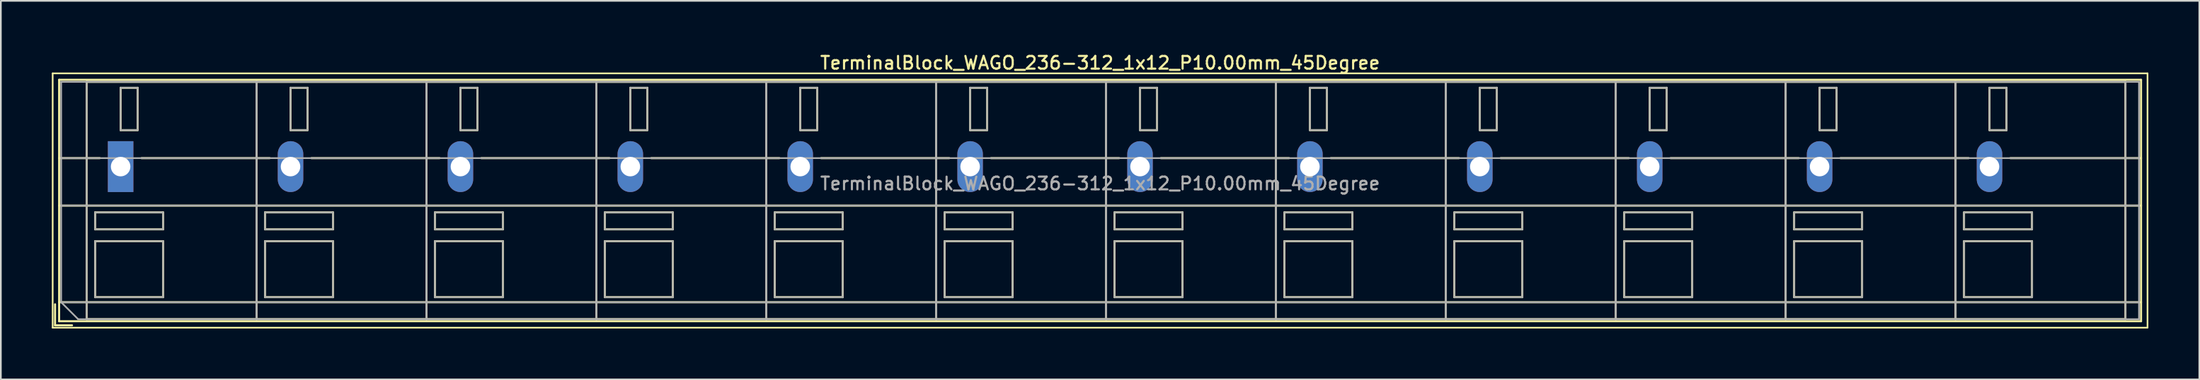
<source format=kicad_pcb>
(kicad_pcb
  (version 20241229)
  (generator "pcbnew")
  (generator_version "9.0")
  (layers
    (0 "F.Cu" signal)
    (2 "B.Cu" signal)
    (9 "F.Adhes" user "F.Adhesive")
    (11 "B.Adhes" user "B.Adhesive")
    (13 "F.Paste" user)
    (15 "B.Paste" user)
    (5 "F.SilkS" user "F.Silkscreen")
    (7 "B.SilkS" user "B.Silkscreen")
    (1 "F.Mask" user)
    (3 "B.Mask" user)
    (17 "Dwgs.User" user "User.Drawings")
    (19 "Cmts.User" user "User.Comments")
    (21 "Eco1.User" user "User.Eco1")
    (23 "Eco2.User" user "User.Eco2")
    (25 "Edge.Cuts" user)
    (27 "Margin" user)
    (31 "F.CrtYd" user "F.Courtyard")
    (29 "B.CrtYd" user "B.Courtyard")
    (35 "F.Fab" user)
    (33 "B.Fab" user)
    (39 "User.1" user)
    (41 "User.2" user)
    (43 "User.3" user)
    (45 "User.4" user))
  (footprint "TerminalBlock_WAGO_236-312_1x12_P10.00mm_45Degree"
    (layer "F.Cu")
    (at 4.05 6.778)
    (property "Reference" "TerminalBlock_WAGO_236-312_1x12_P10.00mm_45Degree" (at 57.65 -6.12 0) (layer "F.SilkS") (effects (font (size 0.75 0.75) (thickness 0.125))))
    (attr through_hole)
    (fp_line (start -4 -5.5) (end -4 9.5) (stroke (width 0.1) (type solid)) (layer "F.SilkS"))
    (fp_line (start -4 9.5) (end 119.3 9.5) (stroke (width 0.1) (type solid)) (layer "F.SilkS"))
    (fp_line (start -3.86 8.12) (end -3.86 9.36) (stroke (width 0.12) (type solid)) (layer "F.SilkS"))
    (fp_line (start -3.86 9.36) (end -2.86 9.36) (stroke (width 0.12) (type solid)) (layer "F.SilkS"))
    (fp_line (start -3.62 -5.12) (end -3.62 9.12) (stroke (width 0.12) (type solid)) (layer "F.SilkS"))
    (fp_line (start -3.62 -5.12) (end 118.92 -5.12) (stroke (width 0.12) (type solid)) (layer "F.SilkS"))
    (fp_line (start -3.62 -0.5) (end -1.23 -0.5) (stroke (width 0.12) (type solid)) (layer "F.SilkS"))
    (fp_line (start -3.62 2.3) (end 118.92 2.3) (stroke (width 0.12) (type solid)) (layer "F.SilkS"))
    (fp_line (start -3.62 8) (end 118.92 8) (stroke (width 0.12) (type solid)) (layer "F.SilkS"))
    (fp_line (start -3.62 9.12) (end 118.92 9.12) (stroke (width 0.12) (type solid)) (layer "F.SilkS"))
    (fp_line (start -2 -5) (end -2 9) (stroke (width 0.12) (type solid)) (layer "F.SilkS"))
    (fp_line (start -2 -5) (end 8 -5) (stroke (width 0.12) (type solid)) (layer "F.SilkS"))
    (fp_line (start -2 9) (end 8 9) (stroke (width 0.12) (type solid)) (layer "F.SilkS"))
    (fp_line (start -1.5 2.7) (end -1.5 3.7) (stroke (width 0.12) (type solid)) (layer "F.SilkS"))
    (fp_line (start -1.5 2.7) (end 2.5 2.7) (stroke (width 0.12) (type solid)) (layer "F.SilkS"))
    (fp_line (start -1.5 3.7) (end 2.5 3.7) (stroke (width 0.12) (type solid)) (layer "F.SilkS"))
    (fp_line (start -1.5 4.4) (end -1.5 7.7) (stroke (width 0.12) (type solid)) (layer "F.SilkS"))
    (fp_line (start -1.5 4.4) (end 2.5 4.4) (stroke (width 0.12) (type solid)) (layer "F.SilkS"))
    (fp_line (start -1.5 7.7) (end 2.5 7.7) (stroke (width 0.12) (type solid)) (layer "F.SilkS"))
    (fp_line (start 0 -4.65) (end 0 -2.151) (stroke (width 0.12) (type solid)) (layer "F.SilkS"))
    (fp_line (start 0 -4.65) (end 1 -4.65) (stroke (width 0.12) (type solid)) (layer "F.SilkS"))
    (fp_line (start 0 -2.151) (end 1 -2.151) (stroke (width 0.12) (type solid)) (layer "F.SilkS"))
    (fp_line (start 1 -4.65) (end 1 -2.151) (stroke (width 0.12) (type solid)) (layer "F.SilkS"))
    (fp_line (start 1.23 -0.5) (end 8.77 -0.5) (stroke (width 0.12) (type solid)) (layer "F.SilkS"))
    (fp_line (start 2.5 2.7) (end 2.5 3.7) (stroke (width 0.12) (type solid)) (layer "F.SilkS"))
    (fp_line (start 2.5 4.4) (end 2.5 7.7) (stroke (width 0.12) (type solid)) (layer "F.SilkS"))
    (fp_line (start 8 -5) (end 8 9) (stroke (width 0.12) (type solid)) (layer "F.SilkS"))
    (fp_line (start 8 -5) (end 8 9) (stroke (width 0.12) (type solid)) (layer "F.SilkS"))
    (fp_line (start 8 -5) (end 18 -5) (stroke (width 0.12) (type solid)) (layer "F.SilkS"))
    (fp_line (start 8 9) (end 18 9) (stroke (width 0.12) (type solid)) (layer "F.SilkS"))
    (fp_line (start 8.5 2.7) (end 8.5 3.7) (stroke (width 0.12) (type solid)) (layer "F.SilkS"))
    (fp_line (start 8.5 2.7) (end 12.5 2.7) (stroke (width 0.12) (type solid)) (layer "F.SilkS"))
    (fp_line (start 8.5 3.7) (end 12.5 3.7) (stroke (width 0.12) (type solid)) (layer "F.SilkS"))
    (fp_line (start 8.5 4.4) (end 8.5 7.7) (stroke (width 0.12) (type solid)) (layer "F.SilkS"))
    (fp_line (start 8.5 4.4) (end 12.5 4.4) (stroke (width 0.12) (type solid)) (layer "F.SilkS"))
    (fp_line (start 8.5 7.7) (end 12.5 7.7) (stroke (width 0.12) (type solid)) (layer "F.SilkS"))
    (fp_line (start 10 -4.65) (end 10 -2.151) (stroke (width 0.12) (type solid)) (layer "F.SilkS"))
    (fp_line (start 10 -4.65) (end 11 -4.65) (stroke (width 0.12) (type solid)) (layer "F.SilkS"))
    (fp_line (start 10 -2.151) (end 11 -2.151) (stroke (width 0.12) (type solid)) (layer "F.SilkS"))
    (fp_line (start 11 -4.65) (end 11 -2.151) (stroke (width 0.12) (type solid)) (layer "F.SilkS"))
    (fp_line (start 11.23 -0.5) (end 18.77 -0.5) (stroke (width 0.12) (type solid)) (layer "F.SilkS"))
    (fp_line (start 12.5 2.7) (end 12.5 3.7) (stroke (width 0.12) (type solid)) (layer "F.SilkS"))
    (fp_line (start 12.5 4.4) (end 12.5 7.7) (stroke (width 0.12) (type solid)) (layer "F.SilkS"))
    (fp_line (start 18 -5) (end 18 9) (stroke (width 0.12) (type solid)) (layer "F.SilkS"))
    (fp_line (start 18 -5) (end 18 9) (stroke (width 0.12) (type solid)) (layer "F.SilkS"))
    (fp_line (start 18 -5) (end 28 -5) (stroke (width 0.12) (type solid)) (layer "F.SilkS"))
    (fp_line (start 18 9) (end 28 9) (stroke (width 0.12) (type solid)) (layer "F.SilkS"))
    (fp_line (start 18.5 2.7) (end 18.5 3.7) (stroke (width 0.12) (type solid)) (layer "F.SilkS"))
    (fp_line (start 18.5 2.7) (end 22.5 2.7) (stroke (width 0.12) (type solid)) (layer "F.SilkS"))
    (fp_line (start 18.5 3.7) (end 22.5 3.7) (stroke (width 0.12) (type solid)) (layer "F.SilkS"))
    (fp_line (start 18.5 4.4) (end 18.5 7.7) (stroke (width 0.12) (type solid)) (layer "F.SilkS"))
    (fp_line (start 18.5 4.4) (end 22.5 4.4) (stroke (width 0.12) (type solid)) (layer "F.SilkS"))
    (fp_line (start 18.5 7.7) (end 22.5 7.7) (stroke (width 0.12) (type solid)) (layer "F.SilkS"))
    (fp_line (start 20 -4.65) (end 20 -2.151) (stroke (width 0.12) (type solid)) (layer "F.SilkS"))
    (fp_line (start 20 -4.65) (end 21 -4.65) (stroke (width 0.12) (type solid)) (layer "F.SilkS"))
    (fp_line (start 20 -2.151) (end 21 -2.151) (stroke (width 0.12) (type solid)) (layer "F.SilkS"))
    (fp_line (start 21 -4.65) (end 21 -2.151) (stroke (width 0.12) (type solid)) (layer "F.SilkS"))
    (fp_line (start 21.23 -0.5) (end 28.77 -0.5) (stroke (width 0.12) (type solid)) (layer "F.SilkS"))
    (fp_line (start 22.5 2.7) (end 22.5 3.7) (stroke (width 0.12) (type solid)) (layer "F.SilkS"))
    (fp_line (start 22.5 4.4) (end 22.5 7.7) (stroke (width 0.12) (type solid)) (layer "F.SilkS"))
    (fp_line (start 28 -5) (end 28 9) (stroke (width 0.12) (type solid)) (layer "F.SilkS"))
    (fp_line (start 28 -5) (end 28 9) (stroke (width 0.12) (type solid)) (layer "F.SilkS"))
    (fp_line (start 28 -5) (end 38 -5) (stroke (width 0.12) (type solid)) (layer "F.SilkS"))
    (fp_line (start 28 9) (end 38 9) (stroke (width 0.12) (type solid)) (layer "F.SilkS"))
    (fp_line (start 28.5 2.7) (end 28.5 3.7) (stroke (width 0.12) (type solid)) (layer "F.SilkS"))
    (fp_line (start 28.5 2.7) (end 32.5 2.7) (stroke (width 0.12) (type solid)) (layer "F.SilkS"))
    (fp_line (start 28.5 3.7) (end 32.5 3.7) (stroke (width 0.12) (type solid)) (layer "F.SilkS"))
    (fp_line (start 28.5 4.4) (end 28.5 7.7) (stroke (width 0.12) (type solid)) (layer "F.SilkS"))
    (fp_line (start 28.5 4.4) (end 32.5 4.4) (stroke (width 0.12) (type solid)) (layer "F.SilkS"))
    (fp_line (start 28.5 7.7) (end 32.5 7.7) (stroke (width 0.12) (type solid)) (layer "F.SilkS"))
    (fp_line (start 30 -4.65) (end 30 -2.151) (stroke (width 0.12) (type solid)) (layer "F.SilkS"))
    (fp_line (start 30 -4.65) (end 31 -4.65) (stroke (width 0.12) (type solid)) (layer "F.SilkS"))
    (fp_line (start 30 -2.151) (end 31 -2.151) (stroke (width 0.12) (type solid)) (layer "F.SilkS"))
    (fp_line (start 31 -4.65) (end 31 -2.151) (stroke (width 0.12) (type solid)) (layer "F.SilkS"))
    (fp_line (start 31.23 -0.5) (end 38.77 -0.5) (stroke (width 0.12) (type solid)) (layer "F.SilkS"))
    (fp_line (start 32.5 2.7) (end 32.5 3.7) (stroke (width 0.12) (type solid)) (layer "F.SilkS"))
    (fp_line (start 32.5 4.4) (end 32.5 7.7) (stroke (width 0.12) (type solid)) (layer "F.SilkS"))
    (fp_line (start 38 -5) (end 38 9) (stroke (width 0.12) (type solid)) (layer "F.SilkS"))
    (fp_line (start 38 -5) (end 38 9) (stroke (width 0.12) (type solid)) (layer "F.SilkS"))
    (fp_line (start 38 -5) (end 48 -5) (stroke (width 0.12) (type solid)) (layer "F.SilkS"))
    (fp_line (start 38 9) (end 48 9) (stroke (width 0.12) (type solid)) (layer "F.SilkS"))
    (fp_line (start 38.5 2.7) (end 38.5 3.7) (stroke (width 0.12) (type solid)) (layer "F.SilkS"))
    (fp_line (start 38.5 2.7) (end 42.5 2.7) (stroke (width 0.12) (type solid)) (layer "F.SilkS"))
    (fp_line (start 38.5 3.7) (end 42.5 3.7) (stroke (width 0.12) (type solid)) (layer "F.SilkS"))
    (fp_line (start 38.5 4.4) (end 38.5 7.7) (stroke (width 0.12) (type solid)) (layer "F.SilkS"))
    (fp_line (start 38.5 4.4) (end 42.5 4.4) (stroke (width 0.12) (type solid)) (layer "F.SilkS"))
    (fp_line (start 38.5 7.7) (end 42.5 7.7) (stroke (width 0.12) (type solid)) (layer "F.SilkS"))
    (fp_line (start 40 -4.65) (end 40 -2.151) (stroke (width 0.12) (type solid)) (layer "F.SilkS"))
    (fp_line (start 40 -4.65) (end 41 -4.65) (stroke (width 0.12) (type solid)) (layer "F.SilkS"))
    (fp_line (start 40 -2.151) (end 41 -2.151) (stroke (width 0.12) (type solid)) (layer "F.SilkS"))
    (fp_line (start 41 -4.65) (end 41 -2.151) (stroke (width 0.12) (type solid)) (layer "F.SilkS"))
    (fp_line (start 41.23 -0.5) (end 48.77 -0.5) (stroke (width 0.12) (type solid)) (layer "F.SilkS"))
    (fp_line (start 42.5 2.7) (end 42.5 3.7) (stroke (width 0.12) (type solid)) (layer "F.SilkS"))
    (fp_line (start 42.5 4.4) (end 42.5 7.7) (stroke (width 0.12) (type solid)) (layer "F.SilkS"))
    (fp_line (start 48 -5) (end 48 9) (stroke (width 0.12) (type solid)) (layer "F.SilkS"))
    (fp_line (start 48 -5) (end 48 9) (stroke (width 0.12) (type solid)) (layer "F.SilkS"))
    (fp_line (start 48 -5) (end 58 -5) (stroke (width 0.12) (type solid)) (layer "F.SilkS"))
    (fp_line (start 48 9) (end 58 9) (stroke (width 0.12) (type solid)) (layer "F.SilkS"))
    (fp_line (start 48.5 2.7) (end 48.5 3.7) (stroke (width 0.12) (type solid)) (layer "F.SilkS"))
    (fp_line (start 48.5 2.7) (end 52.5 2.7) (stroke (width 0.12) (type solid)) (layer "F.SilkS"))
    (fp_line (start 48.5 3.7) (end 52.5 3.7) (stroke (width 0.12) (type solid)) (layer "F.SilkS"))
    (fp_line (start 48.5 4.4) (end 48.5 7.7) (stroke (width 0.12) (type solid)) (layer "F.SilkS"))
    (fp_line (start 48.5 4.4) (end 52.5 4.4) (stroke (width 0.12) (type solid)) (layer "F.SilkS"))
    (fp_line (start 48.5 7.7) (end 52.5 7.7) (stroke (width 0.12) (type solid)) (layer "F.SilkS"))
    (fp_line (start 50 -4.65) (end 50 -2.151) (stroke (width 0.12) (type solid)) (layer "F.SilkS"))
    (fp_line (start 50 -4.65) (end 51 -4.65) (stroke (width 0.12) (type solid)) (layer "F.SilkS"))
    (fp_line (start 50 -2.151) (end 51 -2.151) (stroke (width 0.12) (type solid)) (layer "F.SilkS"))
    (fp_line (start 51 -4.65) (end 51 -2.151) (stroke (width 0.12) (type solid)) (layer "F.SilkS"))
    (fp_line (start 51.23 -0.5) (end 58.77 -0.5) (stroke (width 0.12) (type solid)) (layer "F.SilkS"))
    (fp_line (start 52.5 2.7) (end 52.5 3.7) (stroke (width 0.12) (type solid)) (layer "F.SilkS"))
    (fp_line (start 52.5 4.4) (end 52.5 7.7) (stroke (width 0.12) (type solid)) (layer "F.SilkS"))
    (fp_line (start 58 -5) (end 58 9) (stroke (width 0.12) (type solid)) (layer "F.SilkS"))
    (fp_line (start 58 -5) (end 58 9) (stroke (width 0.12) (type solid)) (layer "F.SilkS"))
    (fp_line (start 58 -5) (end 68 -5) (stroke (width 0.12) (type solid)) (layer "F.SilkS"))
    (fp_line (start 58 9) (end 68 9) (stroke (width 0.12) (type solid)) (layer "F.SilkS"))
    (fp_line (start 58.5 2.7) (end 58.5 3.7) (stroke (width 0.12) (type solid)) (layer "F.SilkS"))
    (fp_line (start 58.5 2.7) (end 62.5 2.7) (stroke (width 0.12) (type solid)) (layer "F.SilkS"))
    (fp_line (start 58.5 3.7) (end 62.5 3.7) (stroke (width 0.12) (type solid)) (layer "F.SilkS"))
    (fp_line (start 58.5 4.4) (end 58.5 7.7) (stroke (width 0.12) (type solid)) (layer "F.SilkS"))
    (fp_line (start 58.5 4.4) (end 62.5 4.4) (stroke (width 0.12) (type solid)) (layer "F.SilkS"))
    (fp_line (start 58.5 7.7) (end 62.5 7.7) (stroke (width 0.12) (type solid)) (layer "F.SilkS"))
    (fp_line (start 60 -4.65) (end 60 -2.151) (stroke (width 0.12) (type solid)) (layer "F.SilkS"))
    (fp_line (start 60 -4.65) (end 61 -4.65) (stroke (width 0.12) (type solid)) (layer "F.SilkS"))
    (fp_line (start 60 -2.151) (end 61 -2.151) (stroke (width 0.12) (type solid)) (layer "F.SilkS"))
    (fp_line (start 61 -4.65) (end 61 -2.151) (stroke (width 0.12) (type solid)) (layer "F.SilkS"))
    (fp_line (start 61.23 -0.5) (end 68.77 -0.5) (stroke (width 0.12) (type solid)) (layer "F.SilkS"))
    (fp_line (start 62.5 2.7) (end 62.5 3.7) (stroke (width 0.12) (type solid)) (layer "F.SilkS"))
    (fp_line (start 62.5 4.4) (end 62.5 7.7) (stroke (width 0.12) (type solid)) (layer "F.SilkS"))
    (fp_line (start 68 -5) (end 68 9) (stroke (width 0.12) (type solid)) (layer "F.SilkS"))
    (fp_line (start 68 -5) (end 68 9) (stroke (width 0.12) (type solid)) (layer "F.SilkS"))
    (fp_line (start 68 -5) (end 78 -5) (stroke (width 0.12) (type solid)) (layer "F.SilkS"))
    (fp_line (start 68 9) (end 78 9) (stroke (width 0.12) (type solid)) (layer "F.SilkS"))
    (fp_line (start 68.5 2.7) (end 68.5 3.7) (stroke (width 0.12) (type solid)) (layer "F.SilkS"))
    (fp_line (start 68.5 2.7) (end 72.5 2.7) (stroke (width 0.12) (type solid)) (layer "F.SilkS"))
    (fp_line (start 68.5 3.7) (end 72.5 3.7) (stroke (width 0.12) (type solid)) (layer "F.SilkS"))
    (fp_line (start 68.5 4.4) (end 68.5 7.7) (stroke (width 0.12) (type solid)) (layer "F.SilkS"))
    (fp_line (start 68.5 4.4) (end 72.5 4.4) (stroke (width 0.12) (type solid)) (layer "F.SilkS"))
    (fp_line (start 68.5 7.7) (end 72.5 7.7) (stroke (width 0.12) (type solid)) (layer "F.SilkS"))
    (fp_line (start 70 -4.65) (end 70 -2.151) (stroke (width 0.12) (type solid)) (layer "F.SilkS"))
    (fp_line (start 70 -4.65) (end 71 -4.65) (stroke (width 0.12) (type solid)) (layer "F.SilkS"))
    (fp_line (start 70 -2.151) (end 71 -2.151) (stroke (width 0.12) (type solid)) (layer "F.SilkS"))
    (fp_line (start 71 -4.65) (end 71 -2.151) (stroke (width 0.12) (type solid)) (layer "F.SilkS"))
    (fp_line (start 71.23 -0.5) (end 78.77 -0.5) (stroke (width 0.12) (type solid)) (layer "F.SilkS"))
    (fp_line (start 72.5 2.7) (end 72.5 3.7) (stroke (width 0.12) (type solid)) (layer "F.SilkS"))
    (fp_line (start 72.5 4.4) (end 72.5 7.7) (stroke (width 0.12) (type solid)) (layer "F.SilkS"))
    (fp_line (start 78 -5) (end 78 9) (stroke (width 0.12) (type solid)) (layer "F.SilkS"))
    (fp_line (start 78 -5) (end 78 9) (stroke (width 0.12) (type solid)) (layer "F.SilkS"))
    (fp_line (start 78 -5) (end 88 -5) (stroke (width 0.12) (type solid)) (layer "F.SilkS"))
    (fp_line (start 78 9) (end 88 9) (stroke (width 0.12) (type solid)) (layer "F.SilkS"))
    (fp_line (start 78.5 2.7) (end 78.5 3.7) (stroke (width 0.12) (type solid)) (layer "F.SilkS"))
    (fp_line (start 78.5 2.7) (end 82.5 2.7) (stroke (width 0.12) (type solid)) (layer "F.SilkS"))
    (fp_line (start 78.5 3.7) (end 82.5 3.7) (stroke (width 0.12) (type solid)) (layer "F.SilkS"))
    (fp_line (start 78.5 4.4) (end 78.5 7.7) (stroke (width 0.12) (type solid)) (layer "F.SilkS"))
    (fp_line (start 78.5 4.4) (end 82.5 4.4) (stroke (width 0.12) (type solid)) (layer "F.SilkS"))
    (fp_line (start 78.5 7.7) (end 82.5 7.7) (stroke (width 0.12) (type solid)) (layer "F.SilkS"))
    (fp_line (start 80 -4.65) (end 80 -2.151) (stroke (width 0.12) (type solid)) (layer "F.SilkS"))
    (fp_line (start 80 -4.65) (end 81 -4.65) (stroke (width 0.12) (type solid)) (layer "F.SilkS"))
    (fp_line (start 80 -2.151) (end 81 -2.151) (stroke (width 0.12) (type solid)) (layer "F.SilkS"))
    (fp_line (start 81 -4.65) (end 81 -2.151) (stroke (width 0.12) (type solid)) (layer "F.SilkS"))
    (fp_line (start 81.23 -0.5) (end 88.77 -0.5) (stroke (width 0.12) (type solid)) (layer "F.SilkS"))
    (fp_line (start 82.5 2.7) (end 82.5 3.7) (stroke (width 0.12) (type solid)) (layer "F.SilkS"))
    (fp_line (start 82.5 4.4) (end 82.5 7.7) (stroke (width 0.12) (type solid)) (layer "F.SilkS"))
    (fp_line (start 88 -5) (end 88 9) (stroke (width 0.12) (type solid)) (layer "F.SilkS"))
    (fp_line (start 88 -5) (end 88 9) (stroke (width 0.12) (type solid)) (layer "F.SilkS"))
    (fp_line (start 88 -5) (end 98 -5) (stroke (width 0.12) (type solid)) (layer "F.SilkS"))
    (fp_line (start 88 9) (end 98 9) (stroke (width 0.12) (type solid)) (layer "F.SilkS"))
    (fp_line (start 88.5 2.7) (end 88.5 3.7) (stroke (width 0.12) (type solid)) (layer "F.SilkS"))
    (fp_line (start 88.5 2.7) (end 92.5 2.7) (stroke (width 0.12) (type solid)) (layer "F.SilkS"))
    (fp_line (start 88.5 3.7) (end 92.5 3.7) (stroke (width 0.12) (type solid)) (layer "F.SilkS"))
    (fp_line (start 88.5 4.4) (end 88.5 7.7) (stroke (width 0.12) (type solid)) (layer "F.SilkS"))
    (fp_line (start 88.5 4.4) (end 92.5 4.4) (stroke (width 0.12) (type solid)) (layer "F.SilkS"))
    (fp_line (start 88.5 7.7) (end 92.5 7.7) (stroke (width 0.12) (type solid)) (layer "F.SilkS"))
    (fp_line (start 90 -4.65) (end 90 -2.151) (stroke (width 0.12) (type solid)) (layer "F.SilkS"))
    (fp_line (start 90 -4.65) (end 91 -4.65) (stroke (width 0.12) (type solid)) (layer "F.SilkS"))
    (fp_line (start 90 -2.151) (end 91 -2.151) (stroke (width 0.12) (type solid)) (layer "F.SilkS"))
    (fp_line (start 91 -4.65) (end 91 -2.151) (stroke (width 0.12) (type solid)) (layer "F.SilkS"))
    (fp_line (start 91.23 -0.5) (end 98.77 -0.5) (stroke (width 0.12) (type solid)) (layer "F.SilkS"))
    (fp_line (start 92.5 2.7) (end 92.5 3.7) (stroke (width 0.12) (type solid)) (layer "F.SilkS"))
    (fp_line (start 92.5 4.4) (end 92.5 7.7) (stroke (width 0.12) (type solid)) (layer "F.SilkS"))
    (fp_line (start 98 -5) (end 98 9) (stroke (width 0.12) (type solid)) (layer "F.SilkS"))
    (fp_line (start 98 -5) (end 98 9) (stroke (width 0.12) (type solid)) (layer "F.SilkS"))
    (fp_line (start 98 -5) (end 108 -5) (stroke (width 0.12) (type solid)) (layer "F.SilkS"))
    (fp_line (start 98 9) (end 108 9) (stroke (width 0.12) (type solid)) (layer "F.SilkS"))
    (fp_line (start 98.5 2.7) (end 98.5 3.7) (stroke (width 0.12) (type solid)) (layer "F.SilkS"))
    (fp_line (start 98.5 2.7) (end 102.5 2.7) (stroke (width 0.12) (type solid)) (layer "F.SilkS"))
    (fp_line (start 98.5 3.7) (end 102.5 3.7) (stroke (width 0.12) (type solid)) (layer "F.SilkS"))
    (fp_line (start 98.5 4.4) (end 98.5 7.7) (stroke (width 0.12) (type solid)) (layer "F.SilkS"))
    (fp_line (start 98.5 4.4) (end 102.5 4.4) (stroke (width 0.12) (type solid)) (layer "F.SilkS"))
    (fp_line (start 98.5 7.7) (end 102.5 7.7) (stroke (width 0.12) (type solid)) (layer "F.SilkS"))
    (fp_line (start 100 -4.65) (end 100 -2.151) (stroke (width 0.12) (type solid)) (layer "F.SilkS"))
    (fp_line (start 100 -4.65) (end 101 -4.65) (stroke (width 0.12) (type solid)) (layer "F.SilkS"))
    (fp_line (start 100 -2.151) (end 101 -2.151) (stroke (width 0.12) (type solid)) (layer "F.SilkS"))
    (fp_line (start 101 -4.65) (end 101 -2.151) (stroke (width 0.12) (type solid)) (layer "F.SilkS"))
    (fp_line (start 101.23 -0.5) (end 108.77 -0.5) (stroke (width 0.12) (type solid)) (layer "F.SilkS"))
    (fp_line (start 102.5 2.7) (end 102.5 3.7) (stroke (width 0.12) (type solid)) (layer "F.SilkS"))
    (fp_line (start 102.5 4.4) (end 102.5 7.7) (stroke (width 0.12) (type solid)) (layer "F.SilkS"))
    (fp_line (start 108 -5) (end 108 9) (stroke (width 0.12) (type solid)) (layer "F.SilkS"))
    (fp_line (start 108 -5) (end 108 9) (stroke (width 0.12) (type solid)) (layer "F.SilkS"))
    (fp_line (start 108 -5) (end 118 -5) (stroke (width 0.12) (type solid)) (layer "F.SilkS"))
    (fp_line (start 108 9) (end 118 9) (stroke (width 0.12) (type solid)) (layer "F.SilkS"))
    (fp_line (start 108.5 2.7) (end 108.5 3.7) (stroke (width 0.12) (type solid)) (layer "F.SilkS"))
    (fp_line (start 108.5 2.7) (end 112.5 2.7) (stroke (width 0.12) (type solid)) (layer "F.SilkS"))
    (fp_line (start 108.5 3.7) (end 112.5 3.7) (stroke (width 0.12) (type solid)) (layer "F.SilkS"))
    (fp_line (start 108.5 4.4) (end 108.5 7.7) (stroke (width 0.12) (type solid)) (layer "F.SilkS"))
    (fp_line (start 108.5 4.4) (end 112.5 4.4) (stroke (width 0.12) (type solid)) (layer "F.SilkS"))
    (fp_line (start 108.5 7.7) (end 112.5 7.7) (stroke (width 0.12) (type solid)) (layer "F.SilkS"))
    (fp_line (start 110 -4.65) (end 110 -2.151) (stroke (width 0.12) (type solid)) (layer "F.SilkS"))
    (fp_line (start 110 -4.65) (end 111 -4.65) (stroke (width 0.12) (type solid)) (layer "F.SilkS"))
    (fp_line (start 110 -2.151) (end 111 -2.151) (stroke (width 0.12) (type solid)) (layer "F.SilkS"))
    (fp_line (start 111 -4.65) (end 111 -2.151) (stroke (width 0.12) (type solid)) (layer "F.SilkS"))
    (fp_line (start 111.23 -0.5) (end 118.92 -0.5) (stroke (width 0.12) (type solid)) (layer "F.SilkS"))
    (fp_line (start 112.5 2.7) (end 112.5 3.7) (stroke (width 0.12) (type solid)) (layer "F.SilkS"))
    (fp_line (start 112.5 4.4) (end 112.5 7.7) (stroke (width 0.12) (type solid)) (layer "F.SilkS"))
    (fp_line (start 118 -5) (end 118 9) (stroke (width 0.12) (type solid)) (layer "F.SilkS"))
    (fp_line (start 118.92 -5.12) (end 118.92 9.12) (stroke (width 0.12) (type solid)) (layer "F.SilkS"))
    (fp_line (start 119.3 -5.5) (end -4 -5.5) (stroke (width 0.1) (type solid)) (layer "F.SilkS"))
    (fp_line (start 119.3 9.5) (end 119.3 -5.5) (stroke (width 0.1) (type solid)) (layer "F.SilkS"))
    (fp_line (start -3.5 -5) (end 118.8 -5) (stroke (width 0.1) (type solid)) (layer "F.Fab"))
    (fp_line (start -3.5 -0.5) (end 118.8 -0.5) (stroke (width 0.1) (type solid)) (layer "F.Fab"))
    (fp_line (start -3.5 2.3) (end 118.8 2.3) (stroke (width 0.1) (type solid)) (layer "F.Fab"))
    (fp_line (start -3.5 8) (end -3.5 -5) (stroke (width 0.1) (type solid)) (layer "F.Fab"))
    (fp_line (start -3.5 8) (end 118.8 8) (stroke (width 0.1) (type solid)) (layer "F.Fab"))
    (fp_line (start -2.5 9) (end -3.5 8) (stroke (width 0.1) (type solid)) (layer "F.Fab"))
    (fp_line (start -2 -5) (end -2 9) (stroke (width 0.1) (type solid)) (layer "F.Fab"))
    (fp_line (start -2 9) (end 8 9) (stroke (width 0.1) (type solid)) (layer "F.Fab"))
    (fp_line (start -1.5 2.7) (end -1.5 3.7) (stroke (width 0.1) (type solid)) (layer "F.Fab"))
    (fp_line (start -1.5 3.7) (end 2.5 3.7) (stroke (width 0.1) (type solid)) (layer "F.Fab"))
    (fp_line (start -1.5 4.4) (end -1.5 7.7) (stroke (width 0.1) (type solid)) (layer "F.Fab"))
    (fp_line (start -1.5 7.7) (end 2.5 7.7) (stroke (width 0.1) (type solid)) (layer "F.Fab"))
    (fp_line (start 0 -4.65) (end 0 -2.15) (stroke (width 0.1) (type solid)) (layer "F.Fab"))
    (fp_line (start 0 -2.15) (end 1 -2.15) (stroke (width 0.1) (type solid)) (layer "F.Fab"))
    (fp_line (start 1 -4.65) (end 0 -4.65) (stroke (width 0.1) (type solid)) (layer "F.Fab"))
    (fp_line (start 1 -2.15) (end 1 -4.65) (stroke (width 0.1) (type solid)) (layer "F.Fab"))
    (fp_line (start 2.5 2.7) (end -1.5 2.7) (stroke (width 0.1) (type solid)) (layer "F.Fab"))
    (fp_line (start 2.5 3.7) (end 2.5 2.7) (stroke (width 0.1) (type solid)) (layer "F.Fab"))
    (fp_line (start 2.5 4.4) (end -1.5 4.4) (stroke (width 0.1) (type solid)) (layer "F.Fab"))
    (fp_line (start 2.5 7.7) (end 2.5 4.4) (stroke (width 0.1) (type solid)) (layer "F.Fab"))
    (fp_line (start 8 -5) (end -2 -5) (stroke (width 0.1) (type solid)) (layer "F.Fab"))
    (fp_line (start 8 -5) (end 8 9) (stroke (width 0.1) (type solid)) (layer "F.Fab"))
    (fp_line (start 8 9) (end 8 -5) (stroke (width 0.1) (type solid)) (layer "F.Fab"))
    (fp_line (start 8 9) (end 18 9) (stroke (width 0.1) (type solid)) (layer "F.Fab"))
    (fp_line (start 8.5 2.7) (end 8.5 3.7) (stroke (width 0.1) (type solid)) (layer "F.Fab"))
    (fp_line (start 8.5 3.7) (end 12.5 3.7) (stroke (width 0.1) (type solid)) (layer "F.Fab"))
    (fp_line (start 8.5 4.4) (end 8.5 7.7) (stroke (width 0.1) (type solid)) (layer "F.Fab"))
    (fp_line (start 8.5 7.7) (end 12.5 7.7) (stroke (width 0.1) (type solid)) (layer "F.Fab"))
    (fp_line (start 10 -4.65) (end 10 -2.15) (stroke (width 0.1) (type solid)) (layer "F.Fab"))
    (fp_line (start 10 -2.15) (end 11 -2.15) (stroke (width 0.1) (type solid)) (layer "F.Fab"))
    (fp_line (start 11 -4.65) (end 10 -4.65) (stroke (width 0.1) (type solid)) (layer "F.Fab"))
    (fp_line (start 11 -2.15) (end 11 -4.65) (stroke (width 0.1) (type solid)) (layer "F.Fab"))
    (fp_line (start 12.5 2.7) (end 8.5 2.7) (stroke (width 0.1) (type solid)) (layer "F.Fab"))
    (fp_line (start 12.5 3.7) (end 12.5 2.7) (stroke (width 0.1) (type solid)) (layer "F.Fab"))
    (fp_line (start 12.5 4.4) (end 8.5 4.4) (stroke (width 0.1) (type solid)) (layer "F.Fab"))
    (fp_line (start 12.5 7.7) (end 12.5 4.4) (stroke (width 0.1) (type solid)) (layer "F.Fab"))
    (fp_line (start 18 -5) (end 8 -5) (stroke (width 0.1) (type solid)) (layer "F.Fab"))
    (fp_line (start 18 -5) (end 18 9) (stroke (width 0.1) (type solid)) (layer "F.Fab"))
    (fp_line (start 18 9) (end 18 -5) (stroke (width 0.1) (type solid)) (layer "F.Fab"))
    (fp_line (start 18 9) (end 28 9) (stroke (width 0.1) (type solid)) (layer "F.Fab"))
    (fp_line (start 18.5 2.7) (end 18.5 3.7) (stroke (width 0.1) (type solid)) (layer "F.Fab"))
    (fp_line (start 18.5 3.7) (end 22.5 3.7) (stroke (width 0.1) (type solid)) (layer "F.Fab"))
    (fp_line (start 18.5 4.4) (end 18.5 7.7) (stroke (width 0.1) (type solid)) (layer "F.Fab"))
    (fp_line (start 18.5 7.7) (end 22.5 7.7) (stroke (width 0.1) (type solid)) (layer "F.Fab"))
    (fp_line (start 20 -4.65) (end 20 -2.15) (stroke (width 0.1) (type solid)) (layer "F.Fab"))
    (fp_line (start 20 -2.15) (end 21 -2.15) (stroke (width 0.1) (type solid)) (layer "F.Fab"))
    (fp_line (start 21 -4.65) (end 20 -4.65) (stroke (width 0.1) (type solid)) (layer "F.Fab"))
    (fp_line (start 21 -2.15) (end 21 -4.65) (stroke (width 0.1) (type solid)) (layer "F.Fab"))
    (fp_line (start 22.5 2.7) (end 18.5 2.7) (stroke (width 0.1) (type solid)) (layer "F.Fab"))
    (fp_line (start 22.5 3.7) (end 22.5 2.7) (stroke (width 0.1) (type solid)) (layer "F.Fab"))
    (fp_line (start 22.5 4.4) (end 18.5 4.4) (stroke (width 0.1) (type solid)) (layer "F.Fab"))
    (fp_line (start 22.5 7.7) (end 22.5 4.4) (stroke (width 0.1) (type solid)) (layer "F.Fab"))
    (fp_line (start 28 -5) (end 18 -5) (stroke (width 0.1) (type solid)) (layer "F.Fab"))
    (fp_line (start 28 -5) (end 28 9) (stroke (width 0.1) (type solid)) (layer "F.Fab"))
    (fp_line (start 28 9) (end 28 -5) (stroke (width 0.1) (type solid)) (layer "F.Fab"))
    (fp_line (start 28 9) (end 38 9) (stroke (width 0.1) (type solid)) (layer "F.Fab"))
    (fp_line (start 28.5 2.7) (end 28.5 3.7) (stroke (width 0.1) (type solid)) (layer "F.Fab"))
    (fp_line (start 28.5 3.7) (end 32.5 3.7) (stroke (width 0.1) (type solid)) (layer "F.Fab"))
    (fp_line (start 28.5 4.4) (end 28.5 7.7) (stroke (width 0.1) (type solid)) (layer "F.Fab"))
    (fp_line (start 28.5 7.7) (end 32.5 7.7) (stroke (width 0.1) (type solid)) (layer "F.Fab"))
    (fp_line (start 30 -4.65) (end 30 -2.15) (stroke (width 0.1) (type solid)) (layer "F.Fab"))
    (fp_line (start 30 -2.15) (end 31 -2.15) (stroke (width 0.1) (type solid)) (layer "F.Fab"))
    (fp_line (start 31 -4.65) (end 30 -4.65) (stroke (width 0.1) (type solid)) (layer "F.Fab"))
    (fp_line (start 31 -2.15) (end 31 -4.65) (stroke (width 0.1) (type solid)) (layer "F.Fab"))
    (fp_line (start 32.5 2.7) (end 28.5 2.7) (stroke (width 0.1) (type solid)) (layer "F.Fab"))
    (fp_line (start 32.5 3.7) (end 32.5 2.7) (stroke (width 0.1) (type solid)) (layer "F.Fab"))
    (fp_line (start 32.5 4.4) (end 28.5 4.4) (stroke (width 0.1) (type solid)) (layer "F.Fab"))
    (fp_line (start 32.5 7.7) (end 32.5 4.4) (stroke (width 0.1) (type solid)) (layer "F.Fab"))
    (fp_line (start 38 -5) (end 28 -5) (stroke (width 0.1) (type solid)) (layer "F.Fab"))
    (fp_line (start 38 -5) (end 38 9) (stroke (width 0.1) (type solid)) (layer "F.Fab"))
    (fp_line (start 38 9) (end 38 -5) (stroke (width 0.1) (type solid)) (layer "F.Fab"))
    (fp_line (start 38 9) (end 48 9) (stroke (width 0.1) (type solid)) (layer "F.Fab"))
    (fp_line (start 38.5 2.7) (end 38.5 3.7) (stroke (width 0.1) (type solid)) (layer "F.Fab"))
    (fp_line (start 38.5 3.7) (end 42.5 3.7) (stroke (width 0.1) (type solid)) (layer "F.Fab"))
    (fp_line (start 38.5 4.4) (end 38.5 7.7) (stroke (width 0.1) (type solid)) (layer "F.Fab"))
    (fp_line (start 38.5 7.7) (end 42.5 7.7) (stroke (width 0.1) (type solid)) (layer "F.Fab"))
    (fp_line (start 40 -4.65) (end 40 -2.15) (stroke (width 0.1) (type solid)) (layer "F.Fab"))
    (fp_line (start 40 -2.15) (end 41 -2.15) (stroke (width 0.1) (type solid)) (layer "F.Fab"))
    (fp_line (start 41 -4.65) (end 40 -4.65) (stroke (width 0.1) (type solid)) (layer "F.Fab"))
    (fp_line (start 41 -2.15) (end 41 -4.65) (stroke (width 0.1) (type solid)) (layer "F.Fab"))
    (fp_line (start 42.5 2.7) (end 38.5 2.7) (stroke (width 0.1) (type solid)) (layer "F.Fab"))
    (fp_line (start 42.5 3.7) (end 42.5 2.7) (stroke (width 0.1) (type solid)) (layer "F.Fab"))
    (fp_line (start 42.5 4.4) (end 38.5 4.4) (stroke (width 0.1) (type solid)) (layer "F.Fab"))
    (fp_line (start 42.5 7.7) (end 42.5 4.4) (stroke (width 0.1) (type solid)) (layer "F.Fab"))
    (fp_line (start 48 -5) (end 38 -5) (stroke (width 0.1) (type solid)) (layer "F.Fab"))
    (fp_line (start 48 -5) (end 48 9) (stroke (width 0.1) (type solid)) (layer "F.Fab"))
    (fp_line (start 48 9) (end 48 -5) (stroke (width 0.1) (type solid)) (layer "F.Fab"))
    (fp_line (start 48 9) (end 58 9) (stroke (width 0.1) (type solid)) (layer "F.Fab"))
    (fp_line (start 48.5 2.7) (end 48.5 3.7) (stroke (width 0.1) (type solid)) (layer "F.Fab"))
    (fp_line (start 48.5 3.7) (end 52.5 3.7) (stroke (width 0.1) (type solid)) (layer "F.Fab"))
    (fp_line (start 48.5 4.4) (end 48.5 7.7) (stroke (width 0.1) (type solid)) (layer "F.Fab"))
    (fp_line (start 48.5 7.7) (end 52.5 7.7) (stroke (width 0.1) (type solid)) (layer "F.Fab"))
    (fp_line (start 50 -4.65) (end 50 -2.15) (stroke (width 0.1) (type solid)) (layer "F.Fab"))
    (fp_line (start 50 -2.15) (end 51 -2.15) (stroke (width 0.1) (type solid)) (layer "F.Fab"))
    (fp_line (start 51 -4.65) (end 50 -4.65) (stroke (width 0.1) (type solid)) (layer "F.Fab"))
    (fp_line (start 51 -2.15) (end 51 -4.65) (stroke (width 0.1) (type solid)) (layer "F.Fab"))
    (fp_line (start 52.5 2.7) (end 48.5 2.7) (stroke (width 0.1) (type solid)) (layer "F.Fab"))
    (fp_line (start 52.5 3.7) (end 52.5 2.7) (stroke (width 0.1) (type solid)) (layer "F.Fab"))
    (fp_line (start 52.5 4.4) (end 48.5 4.4) (stroke (width 0.1) (type solid)) (layer "F.Fab"))
    (fp_line (start 52.5 7.7) (end 52.5 4.4) (stroke (width 0.1) (type solid)) (layer "F.Fab"))
    (fp_line (start 58 -5) (end 48 -5) (stroke (width 0.1) (type solid)) (layer "F.Fab"))
    (fp_line (start 58 -5) (end 58 9) (stroke (width 0.1) (type solid)) (layer "F.Fab"))
    (fp_line (start 58 9) (end 58 -5) (stroke (width 0.1) (type solid)) (layer "F.Fab"))
    (fp_line (start 58 9) (end 68 9) (stroke (width 0.1) (type solid)) (layer "F.Fab"))
    (fp_line (start 58.5 2.7) (end 58.5 3.7) (stroke (width 0.1) (type solid)) (layer "F.Fab"))
    (fp_line (start 58.5 3.7) (end 62.5 3.7) (stroke (width 0.1) (type solid)) (layer "F.Fab"))
    (fp_line (start 58.5 4.4) (end 58.5 7.7) (stroke (width 0.1) (type solid)) (layer "F.Fab"))
    (fp_line (start 58.5 7.7) (end 62.5 7.7) (stroke (width 0.1) (type solid)) (layer "F.Fab"))
    (fp_line (start 60 -4.65) (end 60 -2.15) (stroke (width 0.1) (type solid)) (layer "F.Fab"))
    (fp_line (start 60 -2.15) (end 61 -2.15) (stroke (width 0.1) (type solid)) (layer "F.Fab"))
    (fp_line (start 61 -4.65) (end 60 -4.65) (stroke (width 0.1) (type solid)) (layer "F.Fab"))
    (fp_line (start 61 -2.15) (end 61 -4.65) (stroke (width 0.1) (type solid)) (layer "F.Fab"))
    (fp_line (start 62.5 2.7) (end 58.5 2.7) (stroke (width 0.1) (type solid)) (layer "F.Fab"))
    (fp_line (start 62.5 3.7) (end 62.5 2.7) (stroke (width 0.1) (type solid)) (layer "F.Fab"))
    (fp_line (start 62.5 4.4) (end 58.5 4.4) (stroke (width 0.1) (type solid)) (layer "F.Fab"))
    (fp_line (start 62.5 7.7) (end 62.5 4.4) (stroke (width 0.1) (type solid)) (layer "F.Fab"))
    (fp_line (start 68 -5) (end 58 -5) (stroke (width 0.1) (type solid)) (layer "F.Fab"))
    (fp_line (start 68 -5) (end 68 9) (stroke (width 0.1) (type solid)) (layer "F.Fab"))
    (fp_line (start 68 9) (end 68 -5) (stroke (width 0.1) (type solid)) (layer "F.Fab"))
    (fp_line (start 68 9) (end 78 9) (stroke (width 0.1) (type solid)) (layer "F.Fab"))
    (fp_line (start 68.5 2.7) (end 68.5 3.7) (stroke (width 0.1) (type solid)) (layer "F.Fab"))
    (fp_line (start 68.5 3.7) (end 72.5 3.7) (stroke (width 0.1) (type solid)) (layer "F.Fab"))
    (fp_line (start 68.5 4.4) (end 68.5 7.7) (stroke (width 0.1) (type solid)) (layer "F.Fab"))
    (fp_line (start 68.5 7.7) (end 72.5 7.7) (stroke (width 0.1) (type solid)) (layer "F.Fab"))
    (fp_line (start 70 -4.65) (end 70 -2.15) (stroke (width 0.1) (type solid)) (layer "F.Fab"))
    (fp_line (start 70 -2.15) (end 71 -2.15) (stroke (width 0.1) (type solid)) (layer "F.Fab"))
    (fp_line (start 71 -4.65) (end 70 -4.65) (stroke (width 0.1) (type solid)) (layer "F.Fab"))
    (fp_line (start 71 -2.15) (end 71 -4.65) (stroke (width 0.1) (type solid)) (layer "F.Fab"))
    (fp_line (start 72.5 2.7) (end 68.5 2.7) (stroke (width 0.1) (type solid)) (layer "F.Fab"))
    (fp_line (start 72.5 3.7) (end 72.5 2.7) (stroke (width 0.1) (type solid)) (layer "F.Fab"))
    (fp_line (start 72.5 4.4) (end 68.5 4.4) (stroke (width 0.1) (type solid)) (layer "F.Fab"))
    (fp_line (start 72.5 7.7) (end 72.5 4.4) (stroke (width 0.1) (type solid)) (layer "F.Fab"))
    (fp_line (start 78 -5) (end 68 -5) (stroke (width 0.1) (type solid)) (layer "F.Fab"))
    (fp_line (start 78 -5) (end 78 9) (stroke (width 0.1) (type solid)) (layer "F.Fab"))
    (fp_line (start 78 9) (end 78 -5) (stroke (width 0.1) (type solid)) (layer "F.Fab"))
    (fp_line (start 78 9) (end 88 9) (stroke (width 0.1) (type solid)) (layer "F.Fab"))
    (fp_line (start 78.5 2.7) (end 78.5 3.7) (stroke (width 0.1) (type solid)) (layer "F.Fab"))
    (fp_line (start 78.5 3.7) (end 82.5 3.7) (stroke (width 0.1) (type solid)) (layer "F.Fab"))
    (fp_line (start 78.5 4.4) (end 78.5 7.7) (stroke (width 0.1) (type solid)) (layer "F.Fab"))
    (fp_line (start 78.5 7.7) (end 82.5 7.7) (stroke (width 0.1) (type solid)) (layer "F.Fab"))
    (fp_line (start 80 -4.65) (end 80 -2.15) (stroke (width 0.1) (type solid)) (layer "F.Fab"))
    (fp_line (start 80 -2.15) (end 81 -2.15) (stroke (width 0.1) (type solid)) (layer "F.Fab"))
    (fp_line (start 81 -4.65) (end 80 -4.65) (stroke (width 0.1) (type solid)) (layer "F.Fab"))
    (fp_line (start 81 -2.15) (end 81 -4.65) (stroke (width 0.1) (type solid)) (layer "F.Fab"))
    (fp_line (start 82.5 2.7) (end 78.5 2.7) (stroke (width 0.1) (type solid)) (layer "F.Fab"))
    (fp_line (start 82.5 3.7) (end 82.5 2.7) (stroke (width 0.1) (type solid)) (layer "F.Fab"))
    (fp_line (start 82.5 4.4) (end 78.5 4.4) (stroke (width 0.1) (type solid)) (layer "F.Fab"))
    (fp_line (start 82.5 7.7) (end 82.5 4.4) (stroke (width 0.1) (type solid)) (layer "F.Fab"))
    (fp_line (start 88 -5) (end 78 -5) (stroke (width 0.1) (type solid)) (layer "F.Fab"))
    (fp_line (start 88 -5) (end 88 9) (stroke (width 0.1) (type solid)) (layer "F.Fab"))
    (fp_line (start 88 9) (end 88 -5) (stroke (width 0.1) (type solid)) (layer "F.Fab"))
    (fp_line (start 88 9) (end 98 9) (stroke (width 0.1) (type solid)) (layer "F.Fab"))
    (fp_line (start 88.5 2.7) (end 88.5 3.7) (stroke (width 0.1) (type solid)) (layer "F.Fab"))
    (fp_line (start 88.5 3.7) (end 92.5 3.7) (stroke (width 0.1) (type solid)) (layer "F.Fab"))
    (fp_line (start 88.5 4.4) (end 88.5 7.7) (stroke (width 0.1) (type solid)) (layer "F.Fab"))
    (fp_line (start 88.5 7.7) (end 92.5 7.7) (stroke (width 0.1) (type solid)) (layer "F.Fab"))
    (fp_line (start 90 -4.65) (end 90 -2.15) (stroke (width 0.1) (type solid)) (layer "F.Fab"))
    (fp_line (start 90 -2.15) (end 91 -2.15) (stroke (width 0.1) (type solid)) (layer "F.Fab"))
    (fp_line (start 91 -4.65) (end 90 -4.65) (stroke (width 0.1) (type solid)) (layer "F.Fab"))
    (fp_line (start 91 -2.15) (end 91 -4.65) (stroke (width 0.1) (type solid)) (layer "F.Fab"))
    (fp_line (start 92.5 2.7) (end 88.5 2.7) (stroke (width 0.1) (type solid)) (layer "F.Fab"))
    (fp_line (start 92.5 3.7) (end 92.5 2.7) (stroke (width 0.1) (type solid)) (layer "F.Fab"))
    (fp_line (start 92.5 4.4) (end 88.5 4.4) (stroke (width 0.1) (type solid)) (layer "F.Fab"))
    (fp_line (start 92.5 7.7) (end 92.5 4.4) (stroke (width 0.1) (type solid)) (layer "F.Fab"))
    (fp_line (start 98 -5) (end 88 -5) (stroke (width 0.1) (type solid)) (layer "F.Fab"))
    (fp_line (start 98 -5) (end 98 9) (stroke (width 0.1) (type solid)) (layer "F.Fab"))
    (fp_line (start 98 9) (end 98 -5) (stroke (width 0.1) (type solid)) (layer "F.Fab"))
    (fp_line (start 98 9) (end 108 9) (stroke (width 0.1) (type solid)) (layer "F.Fab"))
    (fp_line (start 98.5 2.7) (end 98.5 3.7) (stroke (width 0.1) (type solid)) (layer "F.Fab"))
    (fp_line (start 98.5 3.7) (end 102.5 3.7) (stroke (width 0.1) (type solid)) (layer "F.Fab"))
    (fp_line (start 98.5 4.4) (end 98.5 7.7) (stroke (width 0.1) (type solid)) (layer "F.Fab"))
    (fp_line (start 98.5 7.7) (end 102.5 7.7) (stroke (width 0.1) (type solid)) (layer "F.Fab"))
    (fp_line (start 100 -4.65) (end 100 -2.15) (stroke (width 0.1) (type solid)) (layer "F.Fab"))
    (fp_line (start 100 -2.15) (end 101 -2.15) (stroke (width 0.1) (type solid)) (layer "F.Fab"))
    (fp_line (start 101 -4.65) (end 100 -4.65) (stroke (width 0.1) (type solid)) (layer "F.Fab"))
    (fp_line (start 101 -2.15) (end 101 -4.65) (stroke (width 0.1) (type solid)) (layer "F.Fab"))
    (fp_line (start 102.5 2.7) (end 98.5 2.7) (stroke (width 0.1) (type solid)) (layer "F.Fab"))
    (fp_line (start 102.5 3.7) (end 102.5 2.7) (stroke (width 0.1) (type solid)) (layer "F.Fab"))
    (fp_line (start 102.5 4.4) (end 98.5 4.4) (stroke (width 0.1) (type solid)) (layer "F.Fab"))
    (fp_line (start 102.5 7.7) (end 102.5 4.4) (stroke (width 0.1) (type solid)) (layer "F.Fab"))
    (fp_line (start 108 -5) (end 98 -5) (stroke (width 0.1) (type solid)) (layer "F.Fab"))
    (fp_line (start 108 -5) (end 108 9) (stroke (width 0.1) (type solid)) (layer "F.Fab"))
    (fp_line (start 108 9) (end 108 -5) (stroke (width 0.1) (type solid)) (layer "F.Fab"))
    (fp_line (start 108 9) (end 118 9) (stroke (width 0.1) (type solid)) (layer "F.Fab"))
    (fp_line (start 108.5 2.7) (end 108.5 3.7) (stroke (width 0.1) (type solid)) (layer "F.Fab"))
    (fp_line (start 108.5 3.7) (end 112.5 3.7) (stroke (width 0.1) (type solid)) (layer "F.Fab"))
    (fp_line (start 108.5 4.4) (end 108.5 7.7) (stroke (width 0.1) (type solid)) (layer "F.Fab"))
    (fp_line (start 108.5 7.7) (end 112.5 7.7) (stroke (width 0.1) (type solid)) (layer "F.Fab"))
    (fp_line (start 110 -4.65) (end 110 -2.15) (stroke (width 0.1) (type solid)) (layer "F.Fab"))
    (fp_line (start 110 -2.15) (end 111 -2.15) (stroke (width 0.1) (type solid)) (layer "F.Fab"))
    (fp_line (start 111 -4.65) (end 110 -4.65) (stroke (width 0.1) (type solid)) (layer "F.Fab"))
    (fp_line (start 111 -2.15) (end 111 -4.65) (stroke (width 0.1) (type solid)) (layer "F.Fab"))
    (fp_line (start 112.5 2.7) (end 108.5 2.7) (stroke (width 0.1) (type solid)) (layer "F.Fab"))
    (fp_line (start 112.5 3.7) (end 112.5 2.7) (stroke (width 0.1) (type solid)) (layer "F.Fab"))
    (fp_line (start 112.5 4.4) (end 108.5 4.4) (stroke (width 0.1) (type solid)) (layer "F.Fab"))
    (fp_line (start 112.5 7.7) (end 112.5 4.4) (stroke (width 0.1) (type solid)) (layer "F.Fab"))
    (fp_line (start 118 -5) (end 108 -5) (stroke (width 0.1) (type solid)) (layer "F.Fab"))
    (fp_line (start 118 9) (end 118 -5) (stroke (width 0.1) (type solid)) (layer "F.Fab"))
    (fp_line (start 118.8 -5) (end 118.8 9) (stroke (width 0.1) (type solid)) (layer "F.Fab"))
    (fp_line (start 118.8 9) (end -2.5 9) (stroke (width 0.1) (type solid)) (layer "F.Fab"))
    (fp_text user "${REFERENCE}" (at 57.65 1 0) (layer "F.Fab") (effects (font (size 0.75 0.75) (thickness 0.125))))
    (pad "1" thru_hole rect (at 0 0) (size 1.5 3) (drill 1.15) (layers "*.Cu" "*.Mask"))
    (pad "2" thru_hole oval (at 10 0) (size 1.5 3) (drill 1.15) (layers "*.Cu" "*.Mask"))
    (pad "3" thru_hole oval (at 20 0) (size 1.5 3) (drill 1.15) (layers "*.Cu" "*.Mask"))
    (pad "4" thru_hole oval (at 30 0) (size 1.5 3) (drill 1.15) (layers "*.Cu" "*.Mask"))
    (pad "5" thru_hole oval (at 40 0) (size 1.5 3) (drill 1.15) (layers "*.Cu" "*.Mask"))
    (pad "6" thru_hole oval (at 50 0) (size 1.5 3) (drill 1.15) (layers "*.Cu" "*.Mask"))
    (pad "7" thru_hole oval (at 60 0) (size 1.5 3) (drill 1.15) (layers "*.Cu" "*.Mask"))
    (pad "8" thru_hole oval (at 70 0) (size 1.5 3) (drill 1.15) (layers "*.Cu" "*.Mask"))
    (pad "9" thru_hole oval (at 80 0) (size 1.5 3) (drill 1.15) (layers "*.Cu" "*.Mask"))
    (pad "10" thru_hole oval (at 90 0) (size 1.5 3) (drill 1.15) (layers "*.Cu" "*.Mask"))
    (pad "11" thru_hole oval (at 100 0) (size 1.5 3) (drill 1.15) (layers "*.Cu" "*.Mask"))
    (pad "12" thru_hole oval (at 110 0) (size 1.5 3) (drill 1.15) (layers "*.Cu" "*.Mask")))
  (gr_rect
    (start -3 -3)
    (end 126.4 19.328)
    (stroke (width 0.1) (type default))
    (fill no)
    (layer "Edge.Cuts")))
</source>
